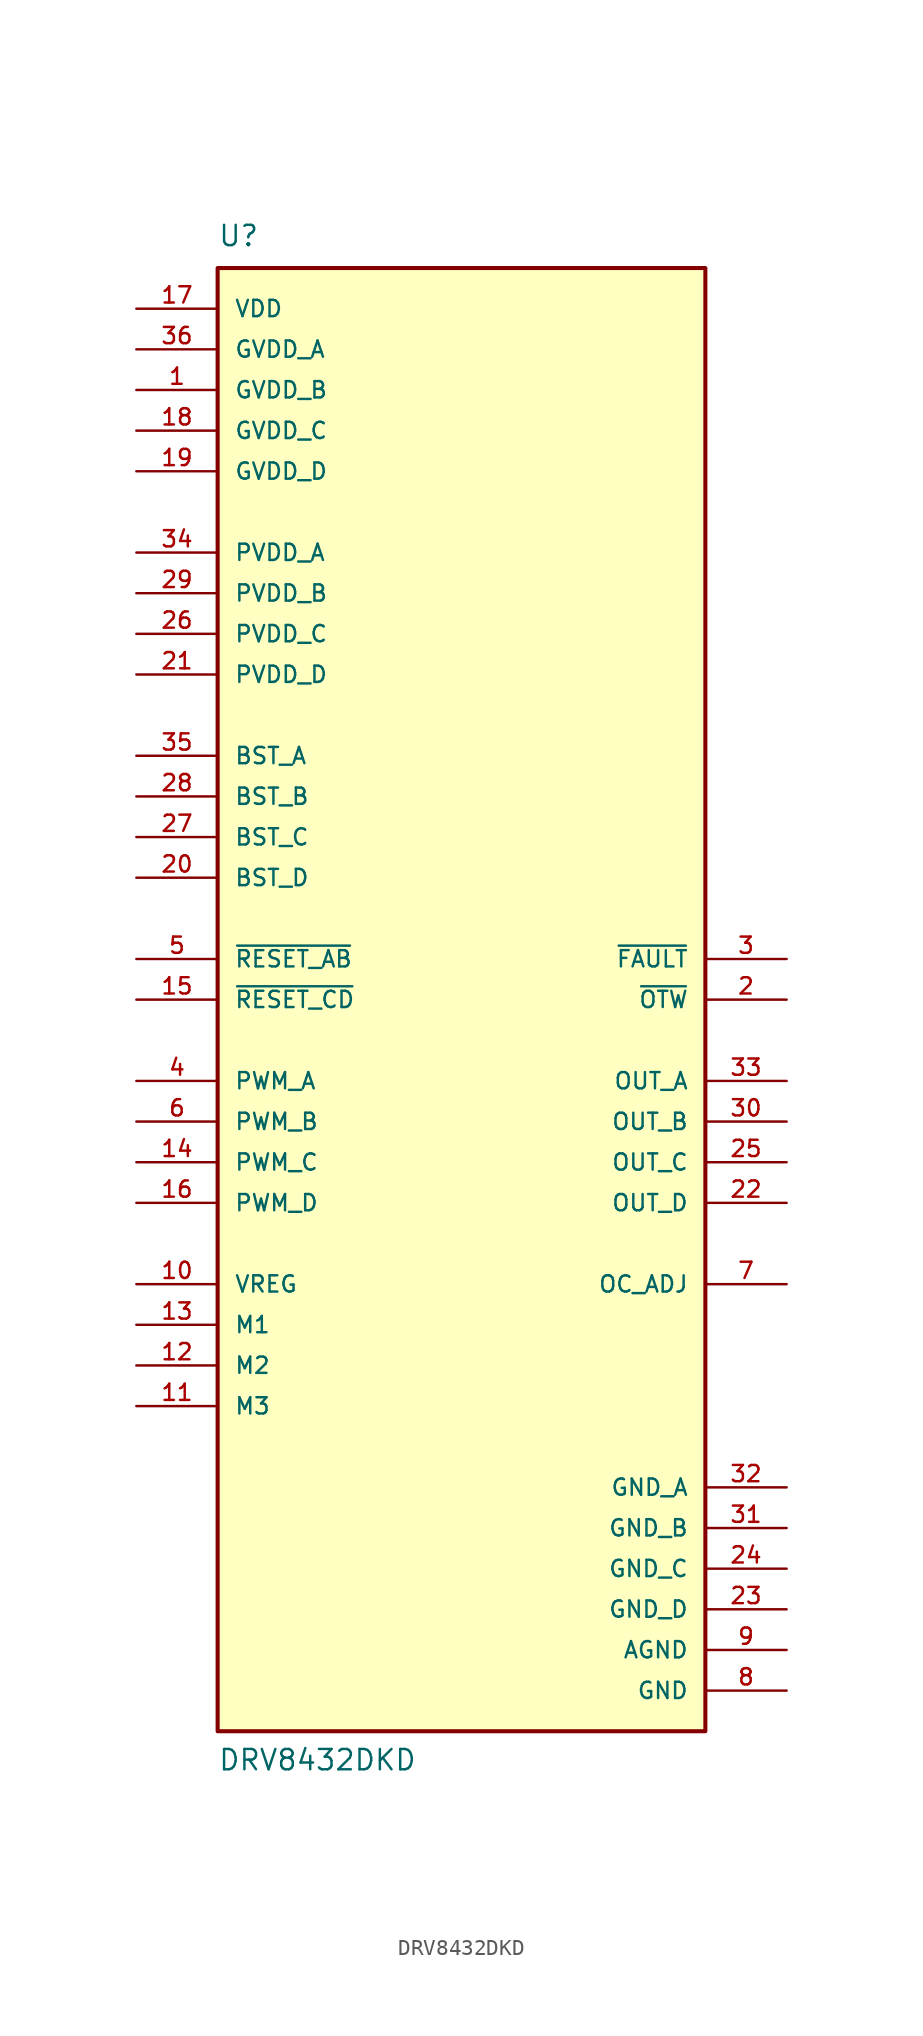
<source format=kicad_sym>
(kicad_symbol_lib
  (version 20211014)
  (generator kicad_symbol_editor)
  (symbol "DRV8432DKD"
    (pin_names
      (offset 1.016))
    (property "Reference" "U"
      (at -15.24 46.99 0)
      (effects (font (size 1.27 1.27)) (justify bottom left)))
    (property "Value" "DRV8432DKD"
      (at -15.24 -48.26 0)
      (effects (font (size 1.27 1.27)) (justify bottom left)))
    (symbol "DRV8432DKD_0_0"
      (rectangle (start -15.24 -45.72) (end 15.24 45.72) (stroke (width 0.254)) (fill (type background)))
      (pin power_in line (at 20.32 -40.64 180.0) (length 5.08) (name "AGND" (effects (font (size 1.016 1.016)))) (number "9" (effects (font (size 1.016 1.016)))))
      (pin power_in line (at -20.32 15.24 0) (length 5.08) (name "BST_A" (effects (font (size 1.016 1.016)))) (number "35" (effects (font (size 1.016 1.016)))))
      (pin power_in line (at -20.32 12.7 0) (length 5.08) (name "BST_B" (effects (font (size 1.016 1.016)))) (number "28" (effects (font (size 1.016 1.016)))))
      (pin power_in line (at -20.32 10.16 0) (length 5.08) (name "BST_C" (effects (font (size 1.016 1.016)))) (number "27" (effects (font (size 1.016 1.016)))))
      (pin power_in line (at -20.32 7.62 0) (length 5.08) (name "BST_D" (effects (font (size 1.016 1.016)))) (number "20" (effects (font (size 1.016 1.016)))))
      (pin power_in line (at 20.32 -43.18 180.0) (length 5.08) (name "GND" (effects (font (size 1.016 1.016)))) (number "8" (effects (font (size 1.016 1.016)))))
      (pin power_in line (at 20.32 -30.48 180.0) (length 5.08) (name "GND_A" (effects (font (size 1.016 1.016)))) (number "32" (effects (font (size 1.016 1.016)))))
      (pin power_in line (at 20.32 -33.02 180.0) (length 5.08) (name "GND_B" (effects (font (size 1.016 1.016)))) (number "31" (effects (font (size 1.016 1.016)))))
      (pin power_in line (at 20.32 -35.56 180.0) (length 5.08) (name "GND_C" (effects (font (size 1.016 1.016)))) (number "24" (effects (font (size 1.016 1.016)))))
      (pin power_in line (at 20.32 -38.1 180.0) (length 5.08) (name "GND_D" (effects (font (size 1.016 1.016)))) (number "23" (effects (font (size 1.016 1.016)))))
      (pin power_in line (at -20.32 40.64 0) (length 5.08) (name "GVDD_A" (effects (font (size 1.016 1.016)))) (number "36" (effects (font (size 1.016 1.016)))))
      (pin power_in line (at -20.32 38.1 0) (length 5.08) (name "GVDD_B" (effects (font (size 1.016 1.016)))) (number "1" (effects (font (size 1.016 1.016)))))
      (pin power_in line (at -20.32 35.56 0) (length 5.08) (name "GVDD_C" (effects (font (size 1.016 1.016)))) (number "18" (effects (font (size 1.016 1.016)))))
      (pin power_in line (at -20.32 33.02 0) (length 5.08) (name "GVDD_D" (effects (font (size 1.016 1.016)))) (number "19" (effects (font (size 1.016 1.016)))))
      (pin input line (at -20.32 -20.32 0) (length 5.08) (name "M1" (effects (font (size 1.016 1.016)))) (number "13" (effects (font (size 1.016 1.016)))))
      (pin input line (at -20.32 -22.86 0) (length 5.08) (name "M2" (effects (font (size 1.016 1.016)))) (number "12" (effects (font (size 1.016 1.016)))))
      (pin input line (at -20.32 -25.4 0) (length 5.08) (name "M3" (effects (font (size 1.016 1.016)))) (number "11" (effects (font (size 1.016 1.016)))))
      (pin output line (at 20.32 -17.78 180.0) (length 5.08) (name "OC_ADJ" (effects (font (size 1.016 1.016)))) (number "7" (effects (font (size 1.016 1.016)))))
      (pin output line (at 20.32 0.0 180.0) (length 5.08) (name "~{OTW}" (effects (font (size 1.016 1.016)))) (number "2" (effects (font (size 1.016 1.016)))))
      (pin output line (at 20.32 -5.08 180.0) (length 5.08) (name "OUT_A" (effects (font (size 1.016 1.016)))) (number "33" (effects (font (size 1.016 1.016)))))
      (pin output line (at 20.32 -7.62 180.0) (length 5.08) (name "OUT_B" (effects (font (size 1.016 1.016)))) (number "30" (effects (font (size 1.016 1.016)))))
      (pin output line (at 20.32 -10.16 180.0) (length 5.08) (name "OUT_C" (effects (font (size 1.016 1.016)))) (number "25" (effects (font (size 1.016 1.016)))))
      (pin output line (at 20.32 -12.7 180.0) (length 5.08) (name "OUT_D" (effects (font (size 1.016 1.016)))) (number "22" (effects (font (size 1.016 1.016)))))
      (pin power_in line (at -20.32 27.94 0) (length 5.08) (name "PVDD_A" (effects (font (size 1.016 1.016)))) (number "34" (effects (font (size 1.016 1.016)))))
      (pin power_in line (at -20.32 25.4 0) (length 5.08) (name "PVDD_B" (effects (font (size 1.016 1.016)))) (number "29" (effects (font (size 1.016 1.016)))))
      (pin power_in line (at -20.32 22.86 0) (length 5.08) (name "PVDD_C" (effects (font (size 1.016 1.016)))) (number "26" (effects (font (size 1.016 1.016)))))
      (pin power_in line (at -20.32 20.32 0) (length 5.08) (name "PVDD_D" (effects (font (size 1.016 1.016)))) (number "21" (effects (font (size 1.016 1.016)))))
      (pin input line (at -20.32 -5.08 0) (length 5.08) (name "PWM_A" (effects (font (size 1.016 1.016)))) (number "4" (effects (font (size 1.016 1.016)))))
      (pin input line (at -20.32 -7.62 0) (length 5.08) (name "PWM_B" (effects (font (size 1.016 1.016)))) (number "6" (effects (font (size 1.016 1.016)))))
      (pin input line (at -20.32 -10.16 0) (length 5.08) (name "PWM_C" (effects (font (size 1.016 1.016)))) (number "14" (effects (font (size 1.016 1.016)))))
      (pin input line (at -20.32 -12.7 0) (length 5.08) (name "PWM_D" (effects (font (size 1.016 1.016)))) (number "16" (effects (font (size 1.016 1.016)))))
      (pin input line (at -20.32 2.54 0) (length 5.08) (name "~{RESET_AB}" (effects (font (size 1.016 1.016)))) (number "5" (effects (font (size 1.016 1.016)))))
      (pin input line (at -20.32 0.0 0) (length 5.08) (name "~{RESET_CD}" (effects (font (size 1.016 1.016)))) (number "15" (effects (font (size 1.016 1.016)))))
      (pin output line (at 20.32 2.54 180.0) (length 5.08) (name "~{FAULT}" (effects (font (size 1.016 1.016)))) (number "3" (effects (font (size 1.016 1.016)))))
      (pin power_in line (at -20.32 43.18 0) (length 5.08) (name "VDD" (effects (font (size 1.016 1.016)))) (number "17" (effects (font (size 1.016 1.016)))))
      (pin power_in line (at -20.32 -17.78 0) (length 5.08) (name "VREG" (effects (font (size 1.016 1.016)))) (number "10" (effects (font (size 1.016 1.016))))))))
</source>
